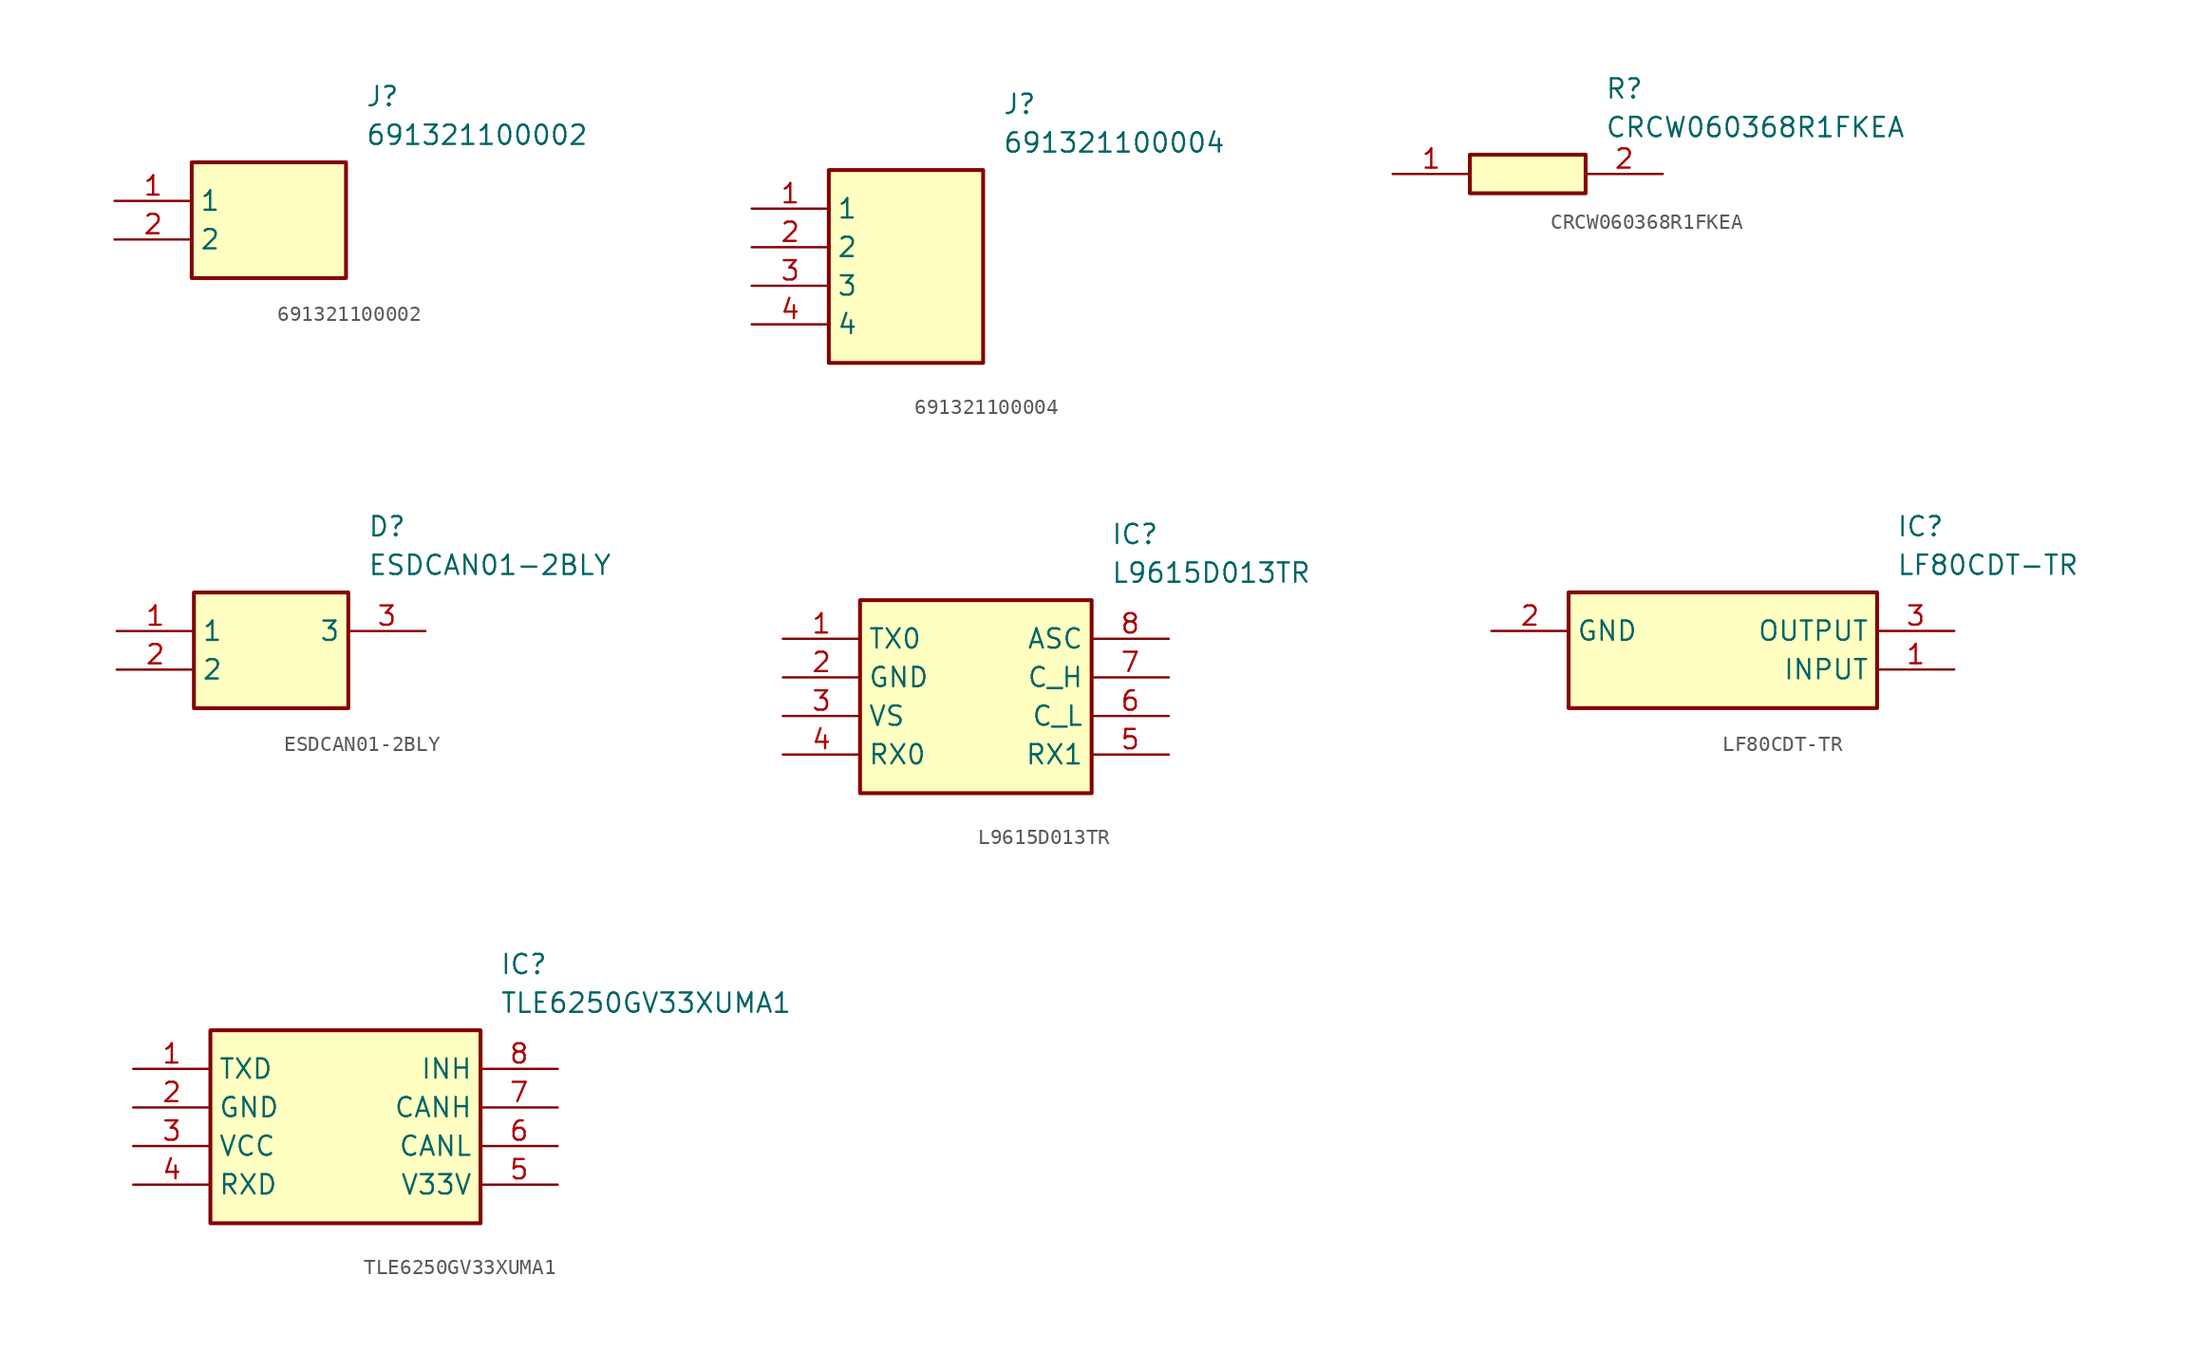
<source format=kicad_sym>
(kicad_symbol_lib
  (version 20231120)
  (generator "kicad_symbol_editor")
  (generator_version "8.0")
  (symbol "691321100002"
    (property "Reference" "J"
      (at 16.51 7.62 0)
      (effects (font (size 1.27 1.27)) (justify left top)))
    (property "Value" "691321100002"
      (at 16.51 5.08 0)
      (effects (font (size 1.27 1.27)) (justify left top)))
    (rectangle
      (start 5.08 2.54)
      (end 15.24 -5.08)
      (stroke (width 0.254) (type default))
      (fill (type background)))
    (pin passive line
      (at 0 0 0)
      (length 5.08)
      (name "1" (effects (font (size 1.27 1.27))))
      (number "1" (effects (font (size 1.27 1.27)))))
    (pin passive line
      (at 0 -2.54 0)
      (length 5.08)
      (name "2" (effects (font (size 1.27 1.27))))
      (number "2" (effects (font (size 1.27 1.27))))))
  (symbol "691321100004"
    (property "Reference" "J"
      (at 16.51 7.62 0)
      (effects (font (size 1.27 1.27)) (justify left top)))
    (property "Value" "691321100004"
      (at 16.51 5.08 0)
      (effects (font (size 1.27 1.27)) (justify left top)))
    (rectangle
      (start 5.08 2.54)
      (end 15.24 -10.16)
      (stroke (width 0.254) (type default))
      (fill (type background)))
    (pin passive line
      (at 0 0 0)
      (length 5.08)
      (name "1" (effects (font (size 1.27 1.27))))
      (number "1" (effects (font (size 1.27 1.27)))))
    (pin passive line
      (at 0 -2.54 0)
      (length 5.08)
      (name "2" (effects (font (size 1.27 1.27))))
      (number "2" (effects (font (size 1.27 1.27)))))
    (pin passive line
      (at 0 -5.08 0)
      (length 5.08)
      (name "3" (effects (font (size 1.27 1.27))))
      (number "3" (effects (font (size 1.27 1.27)))))
    (pin passive line
      (at 0 -7.62 0)
      (length 5.08)
      (name "4" (effects (font (size 1.27 1.27))))
      (number "4" (effects (font (size 1.27 1.27))))))
  (symbol "CRCW060368R1FKEA"
    (pin_names hide)
    (property "Reference" "R"
      (at 13.97 6.35 0)
      (effects (font (size 1.27 1.27)) (justify left top)))
    (property "Value" "CRCW060368R1FKEA"
      (at 13.97 3.81 0)
      (effects (font (size 1.27 1.27)) (justify left top)))
    (rectangle
      (start 5.08 1.27)
      (end 12.7 -1.27)
      (stroke (width 0.254) (type default))
      (fill (type background)))
    (pin passive line
      (at 0 0 0)
      (length 5.08)
      (name "1" (effects (font (size 1.27 1.27))))
      (number "1" (effects (font (size 1.27 1.27)))))
    (pin passive line
      (at 17.78 0 180)
      (length 5.08)
      (name "2" (effects (font (size 1.27 1.27))))
      (number "2" (effects (font (size 1.27 1.27))))))
  (symbol "ESDCAN01-2BLY"
    (property "Reference" "D"
      (at 16.51 7.62 0)
      (effects (font (size 1.27 1.27)) (justify left top)))
    (property "Value" "ESDCAN01-2BLY"
      (at 16.51 5.08 0)
      (effects (font (size 1.27 1.27)) (justify left top)))
    (rectangle
      (start 5.08 2.54)
      (end 15.24 -5.08)
      (stroke (width 0.254) (type default))
      (fill (type background)))
    (pin passive line
      (at 0 0 0)
      (length 5.08)
      (name "1" (effects (font (size 1.27 1.27))))
      (number "1" (effects (font (size 1.27 1.27)))))
    (pin passive line
      (at 0 -2.54 0)
      (length 5.08)
      (name "2" (effects (font (size 1.27 1.27))))
      (number "2" (effects (font (size 1.27 1.27)))))
    (pin passive line
      (at 20.32 0 180)
      (length 5.08)
      (name "3" (effects (font (size 1.27 1.27))))
      (number "3" (effects (font (size 1.27 1.27))))))
  (symbol "L9615D013TR"
    (property "Reference" "IC"
      (at 21.59 7.62 0)
      (effects (font (size 1.27 1.27)) (justify left top)))
    (property "Value" "L9615D013TR"
      (at 21.59 5.08 0)
      (effects (font (size 1.27 1.27)) (justify left top)))
    (symbol "L9615D013TR_1_1"
      (rectangle (start 5.08 2.54) (end 20.32 -10.16) (stroke (width 0.254) (type default)) (fill (type background)))
      (pin passive line (at 0 0 0) (length 5.08) (name "TX0" (effects (font (size 1.27 1.27)))) (number "1" (effects (font (size 1.27 1.27)))))
      (pin passive line (at 0 -2.54 0) (length 5.08) (name "GND" (effects (font (size 1.27 1.27)))) (number "2" (effects (font (size 1.27 1.27)))))
      (pin passive line (at 0 -5.08 0) (length 5.08) (name "VS" (effects (font (size 1.27 1.27)))) (number "3" (effects (font (size 1.27 1.27)))))
      (pin passive line (at 0 -7.62 0) (length 5.08) (name "RX0" (effects (font (size 1.27 1.27)))) (number "4" (effects (font (size 1.27 1.27)))))
      (pin passive line (at 25.4 -7.62 180) (length 5.08) (name "RX1" (effects (font (size 1.27 1.27)))) (number "5" (effects (font (size 1.27 1.27)))))
      (pin passive line (at 25.4 -5.08 180) (length 5.08) (name "C_L" (effects (font (size 1.27 1.27)))) (number "6" (effects (font (size 1.27 1.27)))))
      (pin passive line (at 25.4 -2.54 180) (length 5.08) (name "C_H" (effects (font (size 1.27 1.27)))) (number "7" (effects (font (size 1.27 1.27)))))
      (pin passive line (at 25.4 0 180) (length 5.08) (name "ASC" (effects (font (size 1.27 1.27)))) (number "8" (effects (font (size 1.27 1.27)))))))
  (symbol "LF80CDT-TR"
    (property "Reference" "IC"
      (at 26.67 7.62 0)
      (effects (font (size 1.27 1.27)) (justify left top)))
    (property "Value" "LF80CDT-TR"
      (at 26.67 5.08 0)
      (effects (font (size 1.27 1.27)) (justify left top)))
    (rectangle
      (start 5.08 2.54)
      (end 25.4 -5.08)
      (stroke (width 0.254) (type default))
      (fill (type background)))
    (pin passive line
      (at 30.48 -2.54 180)
      (length 5.08)
      (name "INPUT" (effects (font (size 1.27 1.27))))
      (number "1" (effects (font (size 1.27 1.27)))))
    (pin passive line
      (at 0 0 0)
      (length 5.08)
      (name "GND" (effects (font (size 1.27 1.27))))
      (number "2" (effects (font (size 1.27 1.27)))))
    (pin passive line
      (at 30.48 0 180)
      (length 5.08)
      (name "OUTPUT" (effects (font (size 1.27 1.27))))
      (number "3" (effects (font (size 1.27 1.27))))))
  (symbol "TLE6250GV33XUMA1"
    (property "Reference" "IC"
      (at 24.13 7.62 0)
      (effects (font (size 1.27 1.27)) (justify left top)))
    (property "Value" "TLE6250GV33XUMA1"
      (at 24.13 5.08 0)
      (effects (font (size 1.27 1.27)) (justify left top)))
    (rectangle
      (start 5.08 2.54)
      (end 22.86 -10.16)
      (stroke (width 0.254) (type default))
      (fill (type background)))
    (pin passive line
      (at 0 0 0)
      (length 5.08)
      (name "TXD" (effects (font (size 1.27 1.27))))
      (number "1" (effects (font (size 1.27 1.27)))))
    (pin passive line
      (at 0 -2.54 0)
      (length 5.08)
      (name "GND" (effects (font (size 1.27 1.27))))
      (number "2" (effects (font (size 1.27 1.27)))))
    (pin passive line
      (at 0 -5.08 0)
      (length 5.08)
      (name "VCC" (effects (font (size 1.27 1.27))))
      (number "3" (effects (font (size 1.27 1.27)))))
    (pin passive line
      (at 0 -7.62 0)
      (length 5.08)
      (name "RXD" (effects (font (size 1.27 1.27))))
      (number "4" (effects (font (size 1.27 1.27)))))
    (pin passive line
      (at 27.94 0 180)
      (length 5.08)
      (name "INH" (effects (font (size 1.27 1.27))))
      (number "8" (effects (font (size 1.27 1.27)))))
    (pin passive line
      (at 27.94 -2.54 180)
      (length 5.08)
      (name "CANH" (effects (font (size 1.27 1.27))))
      (number "7" (effects (font (size 1.27 1.27)))))
    (pin passive line
      (at 27.94 -5.08 180)
      (length 5.08)
      (name "CANL" (effects (font (size 1.27 1.27))))
      (number "6" (effects (font (size 1.27 1.27)))))
    (pin passive line
      (at 27.94 -7.62 180)
      (length 5.08)
      (name "V33V" (effects (font (size 1.27 1.27))))
      (number "5" (effects (font (size 1.27 1.27)))))))
</source>
